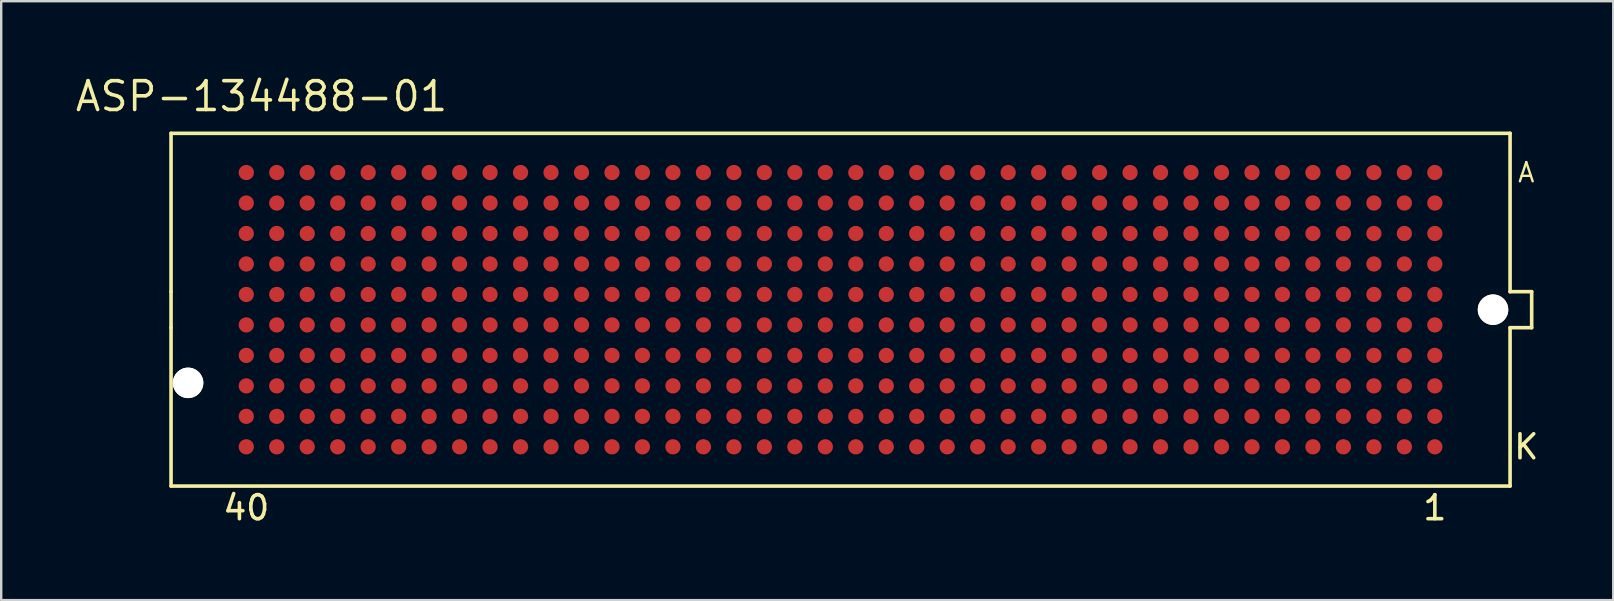
<source format=kicad_pcb>
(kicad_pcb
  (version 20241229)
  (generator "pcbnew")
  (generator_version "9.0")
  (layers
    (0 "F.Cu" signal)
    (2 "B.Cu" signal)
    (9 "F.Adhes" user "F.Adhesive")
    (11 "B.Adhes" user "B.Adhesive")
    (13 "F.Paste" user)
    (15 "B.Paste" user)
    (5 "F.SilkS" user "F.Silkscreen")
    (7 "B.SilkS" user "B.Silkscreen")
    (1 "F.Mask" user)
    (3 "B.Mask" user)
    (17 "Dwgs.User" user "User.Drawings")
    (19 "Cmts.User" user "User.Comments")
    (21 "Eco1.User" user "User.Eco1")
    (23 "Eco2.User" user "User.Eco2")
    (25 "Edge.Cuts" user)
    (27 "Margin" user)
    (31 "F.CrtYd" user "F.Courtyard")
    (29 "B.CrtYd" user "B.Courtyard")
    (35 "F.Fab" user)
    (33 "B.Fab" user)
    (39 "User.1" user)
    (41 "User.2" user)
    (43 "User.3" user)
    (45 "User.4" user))
  (footprint "ASP-134488-01"
    (layer "F.Cu")
    (at 31.978 9.855)
    (property "Reference" "ASP-134488-01" (at -24.13 -8.89 0) (layer "F.SilkS") (effects (font (size 1.2 1.2) (thickness 0.15))))
    (attr through_hole)
    (fp_line (start -27.9 -7.35) (end -27.9 -0.75) (stroke (width 0.15) (type solid)) (layer "F.SilkS"))
    (fp_line (start -27.9 -0.75) (end -27.9 0.75) (stroke (width 0.15) (type solid)) (layer "F.SilkS"))
    (fp_line (start -27.9 0.75) (end -27.9 7.35) (stroke (width 0.15) (type solid)) (layer "F.SilkS"))
    (fp_line (start -27.9 7.35) (end 27.9 7.35) (stroke (width 0.15) (type solid)) (layer "F.SilkS"))
    (fp_line (start 27.9 -7.35) (end -27.9 -7.35) (stroke (width 0.15) (type solid)) (layer "F.SilkS"))
    (fp_line (start 27.9 -0.75) (end 27.9 -7.35) (stroke (width 0.15) (type solid)) (layer "F.SilkS"))
    (fp_line (start 27.9 0.75) (end 28.8 0.75) (stroke (width 0.15) (type solid)) (layer "F.SilkS"))
    (fp_line (start 27.9 7.35) (end 27.9 0.75) (stroke (width 0.15) (type solid)) (layer "F.SilkS"))
    (fp_line (start 28.8 -0.75) (end 27.9 -0.75) (stroke (width 0.15) (type solid)) (layer "F.SilkS"))
    (fp_line (start 28.8 0.75) (end 28.8 -0.75) (stroke (width 0.15) (type solid)) (layer "F.SilkS"))
    (fp_text user "40" (at -24.765 8.255 0) (layer "F.SilkS") (effects (font (size 1 1) (thickness 0.15))))
    (fp_text user "K" (at 28.575 5.715 0) (layer "F.SilkS") (effects (font (size 1 1) (thickness 0.15))))
    (fp_text user "1" (at 24.765 8.255 0) (layer "F.SilkS") (effects (font (size 1 1) (thickness 0.15))))
    (fp_text user "A" (at 28.575 -5.715 0) (layer "F.SilkS") (effects (font (size 0.8 0.8) (thickness 0.1))))
    (pad "" np_thru_hole circle (at -27.19 3.05) (size 1.27 1.27) (drill 1.27) (layers "*.Cu" "*.Mask" "F.SilkS"))
    (pad "" np_thru_hole circle (at 27.19 0) (size 1.27 1.27) (drill 1.27) (layers "*.Cu" "*.Mask" "F.SilkS"))
    (pad "A1" smd circle (at 24.765 -5.715 180) (size 0.635 0.635) (layers "F.Cu" "F.Mask" "F.Paste"))
    (pad "A2" smd circle (at 23.495 -5.715 180) (size 0.635 0.635) (layers "F.Cu" "F.Mask" "F.Paste"))
    (pad "A3" smd circle (at 22.225 -5.715 180) (size 0.635 0.635) (layers "F.Cu" "F.Mask" "F.Paste"))
    (pad "A4" smd circle (at 20.955 -5.715 180) (size 0.635 0.635) (layers "F.Cu" "F.Mask" "F.Paste"))
    (pad "A5" smd circle (at 19.685 -5.715 180) (size 0.635 0.635) (layers "F.Cu" "F.Mask" "F.Paste"))
    (pad "A6" smd circle (at 18.415 -5.715 180) (size 0.635 0.635) (layers "F.Cu" "F.Mask" "F.Paste"))
    (pad "A7" smd circle (at 17.145 -5.715 180) (size 0.635 0.635) (layers "F.Cu" "F.Mask" "F.Paste"))
    (pad "A8" smd circle (at 15.875 -5.715 180) (size 0.635 0.635) (layers "F.Cu" "F.Mask" "F.Paste"))
    (pad "A9" smd circle (at 14.605 -5.715 180) (size 0.635 0.635) (layers "F.Cu" "F.Mask" "F.Paste"))
    (pad "A10" smd circle (at 13.335 -5.715 180) (size 0.635 0.635) (layers "F.Cu" "F.Mask" "F.Paste"))
    (pad "A11" smd circle (at 12.065 -5.715 180) (size 0.635 0.635) (layers "F.Cu" "F.Mask" "F.Paste"))
    (pad "A12" smd circle (at 10.795 -5.715 180) (size 0.635 0.635) (layers "F.Cu" "F.Mask" "F.Paste"))
    (pad "A13" smd circle (at 9.525 -5.715 180) (size 0.635 0.635) (layers "F.Cu" "F.Mask" "F.Paste"))
    (pad "A14" smd circle (at 8.255 -5.715 180) (size 0.635 0.635) (layers "F.Cu" "F.Mask" "F.Paste"))
    (pad "A15" smd circle (at 6.985 -5.715 180) (size 0.635 0.635) (layers "F.Cu" "F.Mask" "F.Paste"))
    (pad "A16" smd circle (at 5.715 -5.715 180) (size 0.635 0.635) (layers "F.Cu" "F.Mask" "F.Paste"))
    (pad "A17" smd circle (at 4.445 -5.715 180) (size 0.635 0.635) (layers "F.Cu" "F.Mask" "F.Paste"))
    (pad "A18" smd circle (at 3.175 -5.715 180) (size 0.635 0.635) (layers "F.Cu" "F.Mask" "F.Paste"))
    (pad "A19" smd circle (at 1.905 -5.715 180) (size 0.635 0.635) (layers "F.Cu" "F.Mask" "F.Paste"))
    (pad "A20" smd circle (at 0.635 -5.715 180) (size 0.635 0.635) (layers "F.Cu" "F.Mask" "F.Paste"))
    (pad "A21" smd circle (at -0.635 -5.715 180) (size 0.635 0.635) (layers "F.Cu" "F.Mask" "F.Paste"))
    (pad "A22" smd circle (at -1.905 -5.715 180) (size 0.635 0.635) (layers "F.Cu" "F.Mask" "F.Paste"))
    (pad "A23" smd circle (at -3.175 -5.715 180) (size 0.635 0.635) (layers "F.Cu" "F.Mask" "F.Paste"))
    (pad "A24" smd circle (at -4.445 -5.715 180) (size 0.635 0.635) (layers "F.Cu" "F.Mask" "F.Paste"))
    (pad "A25" smd circle (at -5.715 -5.715 180) (size 0.635 0.635) (layers "F.Cu" "F.Mask" "F.Paste"))
    (pad "A26" smd circle (at -6.985 -5.715 180) (size 0.635 0.635) (layers "F.Cu" "F.Mask" "F.Paste"))
    (pad "A27" smd circle (at -8.255 -5.715 180) (size 0.635 0.635) (layers "F.Cu" "F.Mask" "F.Paste"))
    (pad "A28" smd circle (at -9.525 -5.715 180) (size 0.635 0.635) (layers "F.Cu" "F.Mask" "F.Paste"))
    (pad "A29" smd circle (at -10.795 -5.715 180) (size 0.635 0.635) (layers "F.Cu" "F.Mask" "F.Paste"))
    (pad "A30" smd circle (at -12.065 -5.715 180) (size 0.635 0.635) (layers "F.Cu" "F.Mask" "F.Paste"))
    (pad "A31" smd circle (at -13.335 -5.715 180) (size 0.635 0.635) (layers "F.Cu" "F.Mask" "F.Paste"))
    (pad "A32" smd circle (at -14.605 -5.715 180) (size 0.635 0.635) (layers "F.Cu" "F.Mask" "F.Paste"))
    (pad "A33" smd circle (at -15.875 -5.715 180) (size 0.635 0.635) (layers "F.Cu" "F.Mask" "F.Paste"))
    (pad "A34" smd circle (at -17.145 -5.715 180) (size 0.635 0.635) (layers "F.Cu" "F.Mask" "F.Paste"))
    (pad "A35" smd circle (at -18.415 -5.715 180) (size 0.635 0.635) (layers "F.Cu" "F.Mask" "F.Paste"))
    (pad "A36" smd circle (at -19.685 -5.715 180) (size 0.635 0.635) (layers "F.Cu" "F.Mask" "F.Paste"))
    (pad "A37" smd circle (at -20.955 -5.715 180) (size 0.635 0.635) (layers "F.Cu" "F.Mask" "F.Paste"))
    (pad "A38" smd circle (at -22.225 -5.715 180) (size 0.635 0.635) (layers "F.Cu" "F.Mask" "F.Paste"))
    (pad "A39" smd circle (at -23.495 -5.715 180) (size 0.635 0.635) (layers "F.Cu" "F.Mask" "F.Paste"))
    (pad "A40" smd circle (at -24.765 -5.715 180) (size 0.635 0.635) (layers "F.Cu" "F.Mask" "F.Paste"))
    (pad "B1" smd circle (at 24.765 -4.445 180) (size 0.635 0.635) (layers "F.Cu" "F.Mask" "F.Paste"))
    (pad "B2" smd circle (at 23.495 -4.445 180) (size 0.635 0.635) (layers "F.Cu" "F.Mask" "F.Paste"))
    (pad "B3" smd circle (at 22.225 -4.445 180) (size 0.635 0.635) (layers "F.Cu" "F.Mask" "F.Paste"))
    (pad "B4" smd circle (at 20.955 -4.445 180) (size 0.635 0.635) (layers "F.Cu" "F.Mask" "F.Paste"))
    (pad "B5" smd circle (at 19.685 -4.445 180) (size 0.635 0.635) (layers "F.Cu" "F.Mask" "F.Paste"))
    (pad "B6" smd circle (at 18.415 -4.445 180) (size 0.635 0.635) (layers "F.Cu" "F.Mask" "F.Paste"))
    (pad "B7" smd circle (at 17.145 -4.445 180) (size 0.635 0.635) (layers "F.Cu" "F.Mask" "F.Paste"))
    (pad "B8" smd circle (at 15.875 -4.445 180) (size 0.635 0.635) (layers "F.Cu" "F.Mask" "F.Paste"))
    (pad "B9" smd circle (at 14.605 -4.445 180) (size 0.635 0.635) (layers "F.Cu" "F.Mask" "F.Paste"))
    (pad "B10" smd circle (at 13.335 -4.445 180) (size 0.635 0.635) (layers "F.Cu" "F.Mask" "F.Paste"))
    (pad "B11" smd circle (at 12.065 -4.445 180) (size 0.635 0.635) (layers "F.Cu" "F.Mask" "F.Paste"))
    (pad "B12" smd circle (at 10.795 -4.445 180) (size 0.635 0.635) (layers "F.Cu" "F.Mask" "F.Paste"))
    (pad "B13" smd circle (at 9.525 -4.445 180) (size 0.635 0.635) (layers "F.Cu" "F.Mask" "F.Paste"))
    (pad "B14" smd circle (at 8.255 -4.445 180) (size 0.635 0.635) (layers "F.Cu" "F.Mask" "F.Paste"))
    (pad "B15" smd circle (at 6.985 -4.445 180) (size 0.635 0.635) (layers "F.Cu" "F.Mask" "F.Paste"))
    (pad "B16" smd circle (at 5.715 -4.445 180) (size 0.635 0.635) (layers "F.Cu" "F.Mask" "F.Paste"))
    (pad "B17" smd circle (at 4.445 -4.445 180) (size 0.635 0.635) (layers "F.Cu" "F.Mask" "F.Paste"))
    (pad "B18" smd circle (at 3.175 -4.445 180) (size 0.635 0.635) (layers "F.Cu" "F.Mask" "F.Paste"))
    (pad "B19" smd circle (at 1.905 -4.445 180) (size 0.635 0.635) (layers "F.Cu" "F.Mask" "F.Paste"))
    (pad "B20" smd circle (at 0.635 -4.445 180) (size 0.635 0.635) (layers "F.Cu" "F.Mask" "F.Paste"))
    (pad "B21" smd circle (at -0.635 -4.445 180) (size 0.635 0.635) (layers "F.Cu" "F.Mask" "F.Paste"))
    (pad "B22" smd circle (at -1.905 -4.445 180) (size 0.635 0.635) (layers "F.Cu" "F.Mask" "F.Paste"))
    (pad "B23" smd circle (at -3.175 -4.445 180) (size 0.635 0.635) (layers "F.Cu" "F.Mask" "F.Paste"))
    (pad "B24" smd circle (at -4.445 -4.445 180) (size 0.635 0.635) (layers "F.Cu" "F.Mask" "F.Paste"))
    (pad "B25" smd circle (at -5.715 -4.445 180) (size 0.635 0.635) (layers "F.Cu" "F.Mask" "F.Paste"))
    (pad "B26" smd circle (at -6.985 -4.445 180) (size 0.635 0.635) (layers "F.Cu" "F.Mask" "F.Paste"))
    (pad "B27" smd circle (at -8.255 -4.445 180) (size 0.635 0.635) (layers "F.Cu" "F.Mask" "F.Paste"))
    (pad "B28" smd circle (at -9.525 -4.445 180) (size 0.635 0.635) (layers "F.Cu" "F.Mask" "F.Paste"))
    (pad "B29" smd circle (at -10.795 -4.445 180) (size 0.635 0.635) (layers "F.Cu" "F.Mask" "F.Paste"))
    (pad "B30" smd circle (at -12.065 -4.445 180) (size 0.635 0.635) (layers "F.Cu" "F.Mask" "F.Paste"))
    (pad "B31" smd circle (at -13.335 -4.445 180) (size 0.635 0.635) (layers "F.Cu" "F.Mask" "F.Paste"))
    (pad "B32" smd circle (at -14.605 -4.445 180) (size 0.635 0.635) (layers "F.Cu" "F.Mask" "F.Paste"))
    (pad "B33" smd circle (at -15.875 -4.445 180) (size 0.635 0.635) (layers "F.Cu" "F.Mask" "F.Paste"))
    (pad "B34" smd circle (at -17.145 -4.445 180) (size 0.635 0.635) (layers "F.Cu" "F.Mask" "F.Paste"))
    (pad "B35" smd circle (at -18.415 -4.445 180) (size 0.635 0.635) (layers "F.Cu" "F.Mask" "F.Paste"))
    (pad "B36" smd circle (at -19.685 -4.445 180) (size 0.635 0.635) (layers "F.Cu" "F.Mask" "F.Paste"))
    (pad "B37" smd circle (at -20.955 -4.445 180) (size 0.635 0.635) (layers "F.Cu" "F.Mask" "F.Paste"))
    (pad "B38" smd circle (at -22.225 -4.445 180) (size 0.635 0.635) (layers "F.Cu" "F.Mask" "F.Paste"))
    (pad "B39" smd circle (at -23.495 -4.445 180) (size 0.635 0.635) (layers "F.Cu" "F.Mask" "F.Paste"))
    (pad "B40" smd circle (at -24.765 -4.445 180) (size 0.635 0.635) (layers "F.Cu" "F.Mask" "F.Paste"))
    (pad "C1" smd circle (at 24.765 -3.175 180) (size 0.635 0.635) (layers "F.Cu" "F.Mask" "F.Paste"))
    (pad "C2" smd circle (at 23.495 -3.175 180) (size 0.635 0.635) (layers "F.Cu" "F.Mask" "F.Paste"))
    (pad "C3" smd circle (at 22.225 -3.175 180) (size 0.635 0.635) (layers "F.Cu" "F.Mask" "F.Paste"))
    (pad "C4" smd circle (at 20.955 -3.175 180) (size 0.635 0.635) (layers "F.Cu" "F.Mask" "F.Paste"))
    (pad "C5" smd circle (at 19.685 -3.175 180) (size 0.635 0.635) (layers "F.Cu" "F.Mask" "F.Paste"))
    (pad "C6" smd circle (at 18.415 -3.175 180) (size 0.635 0.635) (layers "F.Cu" "F.Mask" "F.Paste"))
    (pad "C7" smd circle (at 17.145 -3.175 180) (size 0.635 0.635) (layers "F.Cu" "F.Mask" "F.Paste"))
    (pad "C8" smd circle (at 15.875 -3.175 180) (size 0.635 0.635) (layers "F.Cu" "F.Mask" "F.Paste"))
    (pad "C9" smd circle (at 14.605 -3.175 180) (size 0.635 0.635) (layers "F.Cu" "F.Mask" "F.Paste"))
    (pad "C10" smd circle (at 13.335 -3.175 180) (size 0.635 0.635) (layers "F.Cu" "F.Mask" "F.Paste"))
    (pad "C11" smd circle (at 12.065 -3.175 180) (size 0.635 0.635) (layers "F.Cu" "F.Mask" "F.Paste"))
    (pad "C12" smd circle (at 10.795 -3.175 180) (size 0.635 0.635) (layers "F.Cu" "F.Mask" "F.Paste"))
    (pad "C13" smd circle (at 9.525 -3.175 180) (size 0.635 0.635) (layers "F.Cu" "F.Mask" "F.Paste"))
    (pad "C14" smd circle (at 8.255 -3.175 180) (size 0.635 0.635) (layers "F.Cu" "F.Mask" "F.Paste"))
    (pad "C15" smd circle (at 6.985 -3.175 180) (size 0.635 0.635) (layers "F.Cu" "F.Mask" "F.Paste"))
    (pad "C16" smd circle (at 5.715 -3.175 180) (size 0.635 0.635) (layers "F.Cu" "F.Mask" "F.Paste"))
    (pad "C17" smd circle (at 4.445 -3.175 180) (size 0.635 0.635) (layers "F.Cu" "F.Mask" "F.Paste"))
    (pad "C18" smd circle (at 3.175 -3.175 180) (size 0.635 0.635) (layers "F.Cu" "F.Mask" "F.Paste"))
    (pad "C19" smd circle (at 1.905 -3.175 180) (size 0.635 0.635) (layers "F.Cu" "F.Mask" "F.Paste"))
    (pad "C20" smd circle (at 0.635 -3.175 180) (size 0.635 0.635) (layers "F.Cu" "F.Mask" "F.Paste"))
    (pad "C21" smd circle (at -0.635 -3.175 180) (size 0.635 0.635) (layers "F.Cu" "F.Mask" "F.Paste"))
    (pad "C22" smd circle (at -1.905 -3.175 180) (size 0.635 0.635) (layers "F.Cu" "F.Mask" "F.Paste"))
    (pad "C23" smd circle (at -3.175 -3.175 180) (size 0.635 0.635) (layers "F.Cu" "F.Mask" "F.Paste"))
    (pad "C24" smd circle (at -4.445 -3.175 180) (size 0.635 0.635) (layers "F.Cu" "F.Mask" "F.Paste"))
    (pad "C25" smd circle (at -5.715 -3.175 180) (size 0.635 0.635) (layers "F.Cu" "F.Mask" "F.Paste"))
    (pad "C26" smd circle (at -6.985 -3.175 180) (size 0.635 0.635) (layers "F.Cu" "F.Mask" "F.Paste"))
    (pad "C27" smd circle (at -8.255 -3.175 180) (size 0.635 0.635) (layers "F.Cu" "F.Mask" "F.Paste"))
    (pad "C28" smd circle (at -9.525 -3.175 180) (size 0.635 0.635) (layers "F.Cu" "F.Mask" "F.Paste"))
    (pad "C29" smd circle (at -10.795 -3.175 180) (size 0.635 0.635) (layers "F.Cu" "F.Mask" "F.Paste"))
    (pad "C30" smd circle (at -12.065 -3.175 180) (size 0.635 0.635) (layers "F.Cu" "F.Mask" "F.Paste"))
    (pad "C31" smd circle (at -13.335 -3.175 180) (size 0.635 0.635) (layers "F.Cu" "F.Mask" "F.Paste"))
    (pad "C32" smd circle (at -14.605 -3.175 180) (size 0.635 0.635) (layers "F.Cu" "F.Mask" "F.Paste"))
    (pad "C33" smd circle (at -15.875 -3.175 180) (size 0.635 0.635) (layers "F.Cu" "F.Mask" "F.Paste"))
    (pad "C34" smd circle (at -17.145 -3.175 180) (size 0.635 0.635) (layers "F.Cu" "F.Mask" "F.Paste"))
    (pad "C35" smd circle (at -18.415 -3.175 180) (size 0.635 0.635) (layers "F.Cu" "F.Mask" "F.Paste"))
    (pad "C36" smd circle (at -19.685 -3.175 180) (size 0.635 0.635) (layers "F.Cu" "F.Mask" "F.Paste"))
    (pad "C37" smd circle (at -20.955 -3.175 180) (size 0.635 0.635) (layers "F.Cu" "F.Mask" "F.Paste"))
    (pad "C38" smd circle (at -22.225 -3.175 180) (size 0.635 0.635) (layers "F.Cu" "F.Mask" "F.Paste"))
    (pad "C39" smd circle (at -23.495 -3.175 180) (size 0.635 0.635) (layers "F.Cu" "F.Mask" "F.Paste"))
    (pad "C40" smd circle (at -24.765 -3.175 180) (size 0.635 0.635) (layers "F.Cu" "F.Mask" "F.Paste"))
    (pad "D1" smd circle (at 24.765 -1.905 180) (size 0.635 0.635) (layers "F.Cu" "F.Mask" "F.Paste"))
    (pad "D2" smd circle (at 23.495 -1.905 180) (size 0.635 0.635) (layers "F.Cu" "F.Mask" "F.Paste"))
    (pad "D3" smd circle (at 22.225 -1.905 180) (size 0.635 0.635) (layers "F.Cu" "F.Mask" "F.Paste"))
    (pad "D4" smd circle (at 20.955 -1.905 180) (size 0.635 0.635) (layers "F.Cu" "F.Mask" "F.Paste"))
    (pad "D5" smd circle (at 19.685 -1.905 180) (size 0.635 0.635) (layers "F.Cu" "F.Mask" "F.Paste"))
    (pad "D6" smd circle (at 18.415 -1.905 180) (size 0.635 0.635) (layers "F.Cu" "F.Mask" "F.Paste"))
    (pad "D7" smd circle (at 17.145 -1.905 180) (size 0.635 0.635) (layers "F.Cu" "F.Mask" "F.Paste"))
    (pad "D8" smd circle (at 15.875 -1.905 180) (size 0.635 0.635) (layers "F.Cu" "F.Mask" "F.Paste"))
    (pad "D9" smd circle (at 14.605 -1.905 180) (size 0.635 0.635) (layers "F.Cu" "F.Mask" "F.Paste"))
    (pad "D10" smd circle (at 13.335 -1.905 180) (size 0.635 0.635) (layers "F.Cu" "F.Mask" "F.Paste"))
    (pad "D11" smd circle (at 12.065 -1.905 180) (size 0.635 0.635) (layers "F.Cu" "F.Mask" "F.Paste"))
    (pad "D12" smd circle (at 10.795 -1.905 180) (size 0.635 0.635) (layers "F.Cu" "F.Mask" "F.Paste"))
    (pad "D13" smd circle (at 9.525 -1.905 180) (size 0.635 0.635) (layers "F.Cu" "F.Mask" "F.Paste"))
    (pad "D14" smd circle (at 8.255 -1.905 180) (size 0.635 0.635) (layers "F.Cu" "F.Mask" "F.Paste"))
    (pad "D15" smd circle (at 6.985 -1.905 180) (size 0.635 0.635) (layers "F.Cu" "F.Mask" "F.Paste"))
    (pad "D16" smd circle (at 5.715 -1.905 180) (size 0.635 0.635) (layers "F.Cu" "F.Mask" "F.Paste"))
    (pad "D17" smd circle (at 4.445 -1.905 180) (size 0.635 0.635) (layers "F.Cu" "F.Mask" "F.Paste"))
    (pad "D18" smd circle (at 3.175 -1.905 180) (size 0.635 0.635) (layers "F.Cu" "F.Mask" "F.Paste"))
    (pad "D19" smd circle (at 1.905 -1.905 180) (size 0.635 0.635) (layers "F.Cu" "F.Mask" "F.Paste"))
    (pad "D20" smd circle (at 0.635 -1.905 180) (size 0.635 0.635) (layers "F.Cu" "F.Mask" "F.Paste"))
    (pad "D21" smd circle (at -0.635 -1.905 180) (size 0.635 0.635) (layers "F.Cu" "F.Mask" "F.Paste"))
    (pad "D22" smd circle (at -1.905 -1.905 180) (size 0.635 0.635) (layers "F.Cu" "F.Mask" "F.Paste"))
    (pad "D23" smd circle (at -3.175 -1.905 180) (size 0.635 0.635) (layers "F.Cu" "F.Mask" "F.Paste"))
    (pad "D24" smd circle (at -4.445 -1.905 180) (size 0.635 0.635) (layers "F.Cu" "F.Mask" "F.Paste"))
    (pad "D25" smd circle (at -5.715 -1.905 180) (size 0.635 0.635) (layers "F.Cu" "F.Mask" "F.Paste"))
    (pad "D26" smd circle (at -6.985 -1.905 180) (size 0.635 0.635) (layers "F.Cu" "F.Mask" "F.Paste"))
    (pad "D27" smd circle (at -8.255 -1.905 180) (size 0.635 0.635) (layers "F.Cu" "F.Mask" "F.Paste"))
    (pad "D28" smd circle (at -9.525 -1.905 180) (size 0.635 0.635) (layers "F.Cu" "F.Mask" "F.Paste"))
    (pad "D29" smd circle (at -10.795 -1.905 180) (size 0.635 0.635) (layers "F.Cu" "F.Mask" "F.Paste"))
    (pad "D30" smd circle (at -12.065 -1.905 180) (size 0.635 0.635) (layers "F.Cu" "F.Mask" "F.Paste"))
    (pad "D31" smd circle (at -13.335 -1.905 180) (size 0.635 0.635) (layers "F.Cu" "F.Mask" "F.Paste"))
    (pad "D32" smd circle (at -14.605 -1.905 180) (size 0.635 0.635) (layers "F.Cu" "F.Mask" "F.Paste"))
    (pad "D33" smd circle (at -15.875 -1.905 180) (size 0.635 0.635) (layers "F.Cu" "F.Mask" "F.Paste"))
    (pad "D34" smd circle (at -17.145 -1.905 180) (size 0.635 0.635) (layers "F.Cu" "F.Mask" "F.Paste"))
    (pad "D35" smd circle (at -18.415 -1.905 180) (size 0.635 0.635) (layers "F.Cu" "F.Mask" "F.Paste"))
    (pad "D36" smd circle (at -19.685 -1.905 180) (size 0.635 0.635) (layers "F.Cu" "F.Mask" "F.Paste"))
    (pad "D37" smd circle (at -20.955 -1.905 180) (size 0.635 0.635) (layers "F.Cu" "F.Mask" "F.Paste"))
    (pad "D38" smd circle (at -22.225 -1.905 180) (size 0.635 0.635) (layers "F.Cu" "F.Mask" "F.Paste"))
    (pad "D39" smd circle (at -23.495 -1.905 180) (size 0.635 0.635) (layers "F.Cu" "F.Mask" "F.Paste"))
    (pad "D40" smd circle (at -24.765 -1.905 180) (size 0.635 0.635) (layers "F.Cu" "F.Mask" "F.Paste"))
    (pad "E1" smd circle (at 24.765 -0.635 180) (size 0.635 0.635) (layers "F.Cu" "F.Mask" "F.Paste"))
    (pad "E2" smd circle (at 23.495 -0.635 180) (size 0.635 0.635) (layers "F.Cu" "F.Mask" "F.Paste"))
    (pad "E3" smd circle (at 22.225 -0.635 180) (size 0.635 0.635) (layers "F.Cu" "F.Mask" "F.Paste"))
    (pad "E4" smd circle (at 20.955 -0.635 180) (size 0.635 0.635) (layers "F.Cu" "F.Mask" "F.Paste"))
    (pad "E5" smd circle (at 19.685 -0.635 180) (size 0.635 0.635) (layers "F.Cu" "F.Mask" "F.Paste"))
    (pad "E6" smd circle (at 18.415 -0.635 180) (size 0.635 0.635) (layers "F.Cu" "F.Mask" "F.Paste"))
    (pad "E7" smd circle (at 17.145 -0.635 180) (size 0.635 0.635) (layers "F.Cu" "F.Mask" "F.Paste"))
    (pad "E8" smd circle (at 15.875 -0.635 180) (size 0.635 0.635) (layers "F.Cu" "F.Mask" "F.Paste"))
    (pad "E9" smd circle (at 14.605 -0.635 180) (size 0.635 0.635) (layers "F.Cu" "F.Mask" "F.Paste"))
    (pad "E10" smd circle (at 13.335 -0.635 180) (size 0.635 0.635) (layers "F.Cu" "F.Mask" "F.Paste"))
    (pad "E11" smd circle (at 12.065 -0.635 180) (size 0.635 0.635) (layers "F.Cu" "F.Mask" "F.Paste"))
    (pad "E12" smd circle (at 10.795 -0.635 180) (size 0.635 0.635) (layers "F.Cu" "F.Mask" "F.Paste"))
    (pad "E13" smd circle (at 9.525 -0.635 180) (size 0.635 0.635) (layers "F.Cu" "F.Mask" "F.Paste"))
    (pad "E14" smd circle (at 8.255 -0.635 180) (size 0.635 0.635) (layers "F.Cu" "F.Mask" "F.Paste"))
    (pad "E15" smd circle (at 6.985 -0.635 180) (size 0.635 0.635) (layers "F.Cu" "F.Mask" "F.Paste"))
    (pad "E16" smd circle (at 5.715 -0.635 180) (size 0.635 0.635) (layers "F.Cu" "F.Mask" "F.Paste"))
    (pad "E17" smd circle (at 4.445 -0.635 180) (size 0.635 0.635) (layers "F.Cu" "F.Mask" "F.Paste"))
    (pad "E18" smd circle (at 3.175 -0.635 180) (size 0.635 0.635) (layers "F.Cu" "F.Mask" "F.Paste"))
    (pad "E19" smd circle (at 1.905 -0.635 180) (size 0.635 0.635) (layers "F.Cu" "F.Mask" "F.Paste"))
    (pad "E20" smd circle (at 0.635 -0.635 180) (size 0.635 0.635) (layers "F.Cu" "F.Mask" "F.Paste"))
    (pad "E21" smd circle (at -0.635 -0.635 180) (size 0.635 0.635) (layers "F.Cu" "F.Mask" "F.Paste"))
    (pad "E22" smd circle (at -1.905 -0.635 180) (size 0.635 0.635) (layers "F.Cu" "F.Mask" "F.Paste"))
    (pad "E23" smd circle (at -3.175 -0.635 180) (size 0.635 0.635) (layers "F.Cu" "F.Mask" "F.Paste"))
    (pad "E24" smd circle (at -4.445 -0.635 180) (size 0.635 0.635) (layers "F.Cu" "F.Mask" "F.Paste"))
    (pad "E25" smd circle (at -5.715 -0.635 180) (size 0.635 0.635) (layers "F.Cu" "F.Mask" "F.Paste"))
    (pad "E26" smd circle (at -6.985 -0.635 180) (size 0.635 0.635) (layers "F.Cu" "F.Mask" "F.Paste"))
    (pad "E27" smd circle (at -8.255 -0.635 180) (size 0.635 0.635) (layers "F.Cu" "F.Mask" "F.Paste"))
    (pad "E28" smd circle (at -9.525 -0.635 180) (size 0.635 0.635) (layers "F.Cu" "F.Mask" "F.Paste"))
    (pad "E29" smd circle (at -10.795 -0.635 180) (size 0.635 0.635) (layers "F.Cu" "F.Mask" "F.Paste"))
    (pad "E30" smd circle (at -12.065 -0.635 180) (size 0.635 0.635) (layers "F.Cu" "F.Mask" "F.Paste"))
    (pad "E31" smd circle (at -13.335 -0.635 180) (size 0.635 0.635) (layers "F.Cu" "F.Mask" "F.Paste"))
    (pad "E32" smd circle (at -14.605 -0.635 180) (size 0.635 0.635) (layers "F.Cu" "F.Mask" "F.Paste"))
    (pad "E33" smd circle (at -15.875 -0.635 180) (size 0.635 0.635) (layers "F.Cu" "F.Mask" "F.Paste"))
    (pad "E34" smd circle (at -17.145 -0.635 180) (size 0.635 0.635) (layers "F.Cu" "F.Mask" "F.Paste"))
    (pad "E35" smd circle (at -18.415 -0.635 180) (size 0.635 0.635) (layers "F.Cu" "F.Mask" "F.Paste"))
    (pad "E36" smd circle (at -19.685 -0.635 180) (size 0.635 0.635) (layers "F.Cu" "F.Mask" "F.Paste"))
    (pad "E37" smd circle (at -20.955 -0.635 180) (size 0.635 0.635) (layers "F.Cu" "F.Mask" "F.Paste"))
    (pad "E38" smd circle (at -22.225 -0.635 180) (size 0.635 0.635) (layers "F.Cu" "F.Mask" "F.Paste"))
    (pad "E39" smd circle (at -23.495 -0.635 180) (size 0.635 0.635) (layers "F.Cu" "F.Mask" "F.Paste"))
    (pad "E40" smd circle (at -24.765 -0.635 180) (size 0.635 0.635) (layers "F.Cu" "F.Mask" "F.Paste"))
    (pad "F1" smd circle (at 24.765 0.635 180) (size 0.635 0.635) (layers "F.Cu" "F.Mask" "F.Paste"))
    (pad "F2" smd circle (at 23.495 0.635 180) (size 0.635 0.635) (layers "F.Cu" "F.Mask" "F.Paste"))
    (pad "F3" smd circle (at 22.225 0.635 180) (size 0.635 0.635) (layers "F.Cu" "F.Mask" "F.Paste"))
    (pad "F4" smd circle (at 20.955 0.635 180) (size 0.635 0.635) (layers "F.Cu" "F.Mask" "F.Paste"))
    (pad "F5" smd circle (at 19.685 0.635 180) (size 0.635 0.635) (layers "F.Cu" "F.Mask" "F.Paste"))
    (pad "F6" smd circle (at 18.415 0.635 180) (size 0.635 0.635) (layers "F.Cu" "F.Mask" "F.Paste"))
    (pad "F7" smd circle (at 17.145 0.635 180) (size 0.635 0.635) (layers "F.Cu" "F.Mask" "F.Paste"))
    (pad "F8" smd circle (at 15.875 0.635 180) (size 0.635 0.635) (layers "F.Cu" "F.Mask" "F.Paste"))
    (pad "F9" smd circle (at 14.605 0.635 180) (size 0.635 0.635) (layers "F.Cu" "F.Mask" "F.Paste"))
    (pad "F10" smd circle (at 13.335 0.635 180) (size 0.635 0.635) (layers "F.Cu" "F.Mask" "F.Paste"))
    (pad "F11" smd circle (at 12.065 0.635 180) (size 0.635 0.635) (layers "F.Cu" "F.Mask" "F.Paste"))
    (pad "F12" smd circle (at 10.795 0.635 180) (size 0.635 0.635) (layers "F.Cu" "F.Mask" "F.Paste"))
    (pad "F13" smd circle (at 9.525 0.635 180) (size 0.635 0.635) (layers "F.Cu" "F.Mask" "F.Paste"))
    (pad "F14" smd circle (at 8.255 0.635 180) (size 0.635 0.635) (layers "F.Cu" "F.Mask" "F.Paste"))
    (pad "F15" smd circle (at 6.985 0.635 180) (size 0.635 0.635) (layers "F.Cu" "F.Mask" "F.Paste"))
    (pad "F16" smd circle (at 5.715 0.635 180) (size 0.635 0.635) (layers "F.Cu" "F.Mask" "F.Paste"))
    (pad "F17" smd circle (at 4.445 0.635 180) (size 0.635 0.635) (layers "F.Cu" "F.Mask" "F.Paste"))
    (pad "F18" smd circle (at 3.175 0.635 180) (size 0.635 0.635) (layers "F.Cu" "F.Mask" "F.Paste"))
    (pad "F19" smd circle (at 1.905 0.635 180) (size 0.635 0.635) (layers "F.Cu" "F.Mask" "F.Paste"))
    (pad "F20" smd circle (at 0.635 0.635 180) (size 0.635 0.635) (layers "F.Cu" "F.Mask" "F.Paste"))
    (pad "F21" smd circle (at -0.635 0.635 180) (size 0.635 0.635) (layers "F.Cu" "F.Mask" "F.Paste"))
    (pad "F22" smd circle (at -1.905 0.635 180) (size 0.635 0.635) (layers "F.Cu" "F.Mask" "F.Paste"))
    (pad "F23" smd circle (at -3.175 0.635 180) (size 0.635 0.635) (layers "F.Cu" "F.Mask" "F.Paste"))
    (pad "F24" smd circle (at -4.445 0.635 180) (size 0.635 0.635) (layers "F.Cu" "F.Mask" "F.Paste"))
    (pad "F25" smd circle (at -5.715 0.635 180) (size 0.635 0.635) (layers "F.Cu" "F.Mask" "F.Paste"))
    (pad "F26" smd circle (at -6.985 0.635 180) (size 0.635 0.635) (layers "F.Cu" "F.Mask" "F.Paste"))
    (pad "F27" smd circle (at -8.255 0.635 180) (size 0.635 0.635) (layers "F.Cu" "F.Mask" "F.Paste"))
    (pad "F28" smd circle (at -9.525 0.635 180) (size 0.635 0.635) (layers "F.Cu" "F.Mask" "F.Paste"))
    (pad "F29" smd circle (at -10.795 0.635 180) (size 0.635 0.635) (layers "F.Cu" "F.Mask" "F.Paste"))
    (pad "F30" smd circle (at -12.065 0.635 180) (size 0.635 0.635) (layers "F.Cu" "F.Mask" "F.Paste"))
    (pad "F31" smd circle (at -13.335 0.635 180) (size 0.635 0.635) (layers "F.Cu" "F.Mask" "F.Paste"))
    (pad "F32" smd circle (at -14.605 0.635 180) (size 0.635 0.635) (layers "F.Cu" "F.Mask" "F.Paste"))
    (pad "F33" smd circle (at -15.875 0.635 180) (size 0.635 0.635) (layers "F.Cu" "F.Mask" "F.Paste"))
    (pad "F34" smd circle (at -17.145 0.635 180) (size 0.635 0.635) (layers "F.Cu" "F.Mask" "F.Paste"))
    (pad "F35" smd circle (at -18.415 0.635 180) (size 0.635 0.635) (layers "F.Cu" "F.Mask" "F.Paste"))
    (pad "F36" smd circle (at -19.685 0.635 180) (size 0.635 0.635) (layers "F.Cu" "F.Mask" "F.Paste"))
    (pad "F37" smd circle (at -20.955 0.635 180) (size 0.635 0.635) (layers "F.Cu" "F.Mask" "F.Paste"))
    (pad "F38" smd circle (at -22.225 0.635 180) (size 0.635 0.635) (layers "F.Cu" "F.Mask" "F.Paste"))
    (pad "F39" smd circle (at -23.495 0.635 180) (size 0.635 0.635) (layers "F.Cu" "F.Mask" "F.Paste"))
    (pad "F40" smd circle (at -24.765 0.635 180) (size 0.635 0.635) (layers "F.Cu" "F.Mask" "F.Paste"))
    (pad "G1" smd circle (at 24.765 1.905 180) (size 0.635 0.635) (layers "F.Cu" "F.Mask" "F.Paste"))
    (pad "G2" smd circle (at 23.495 1.905 180) (size 0.635 0.635) (layers "F.Cu" "F.Mask" "F.Paste"))
    (pad "G3" smd circle (at 22.225 1.905 180) (size 0.635 0.635) (layers "F.Cu" "F.Mask" "F.Paste"))
    (pad "G4" smd circle (at 20.955 1.905 180) (size 0.635 0.635) (layers "F.Cu" "F.Mask" "F.Paste"))
    (pad "G5" smd circle (at 19.685 1.905 180) (size 0.635 0.635) (layers "F.Cu" "F.Mask" "F.Paste"))
    (pad "G6" smd circle (at 18.415 1.905 180) (size 0.635 0.635) (layers "F.Cu" "F.Mask" "F.Paste"))
    (pad "G7" smd circle (at 17.145 1.905 180) (size 0.635 0.635) (layers "F.Cu" "F.Mask" "F.Paste"))
    (pad "G8" smd circle (at 15.875 1.905 180) (size 0.635 0.635) (layers "F.Cu" "F.Mask" "F.Paste"))
    (pad "G9" smd circle (at 14.605 1.905 180) (size 0.635 0.635) (layers "F.Cu" "F.Mask" "F.Paste"))
    (pad "G10" smd circle (at 13.335 1.905 180) (size 0.635 0.635) (layers "F.Cu" "F.Mask" "F.Paste"))
    (pad "G11" smd circle (at 12.065 1.905 180) (size 0.635 0.635) (layers "F.Cu" "F.Mask" "F.Paste"))
    (pad "G12" smd circle (at 10.795 1.905 180) (size 0.635 0.635) (layers "F.Cu" "F.Mask" "F.Paste"))
    (pad "G13" smd circle (at 9.525 1.905 180) (size 0.635 0.635) (layers "F.Cu" "F.Mask" "F.Paste"))
    (pad "G14" smd circle (at 8.255 1.905 180) (size 0.635 0.635) (layers "F.Cu" "F.Mask" "F.Paste"))
    (pad "G15" smd circle (at 6.985 1.905 180) (size 0.635 0.635) (layers "F.Cu" "F.Mask" "F.Paste"))
    (pad "G16" smd circle (at 5.715 1.905 180) (size 0.635 0.635) (layers "F.Cu" "F.Mask" "F.Paste"))
    (pad "G17" smd circle (at 4.445 1.905 180) (size 0.635 0.635) (layers "F.Cu" "F.Mask" "F.Paste"))
    (pad "G18" smd circle (at 3.175 1.905 180) (size 0.635 0.635) (layers "F.Cu" "F.Mask" "F.Paste"))
    (pad "G19" smd circle (at 1.905 1.905 180) (size 0.635 0.635) (layers "F.Cu" "F.Mask" "F.Paste"))
    (pad "G20" smd circle (at 0.635 1.905 180) (size 0.635 0.635) (layers "F.Cu" "F.Mask" "F.Paste"))
    (pad "G21" smd circle (at -0.635 1.905 180) (size 0.635 0.635) (layers "F.Cu" "F.Mask" "F.Paste"))
    (pad "G22" smd circle (at -1.905 1.905 180) (size 0.635 0.635) (layers "F.Cu" "F.Mask" "F.Paste"))
    (pad "G23" smd circle (at -3.175 1.905 180) (size 0.635 0.635) (layers "F.Cu" "F.Mask" "F.Paste"))
    (pad "G24" smd circle (at -4.445 1.905 180) (size 0.635 0.635) (layers "F.Cu" "F.Mask" "F.Paste"))
    (pad "G25" smd circle (at -5.715 1.905 180) (size 0.635 0.635) (layers "F.Cu" "F.Mask" "F.Paste"))
    (pad "G26" smd circle (at -6.985 1.905 180) (size 0.635 0.635) (layers "F.Cu" "F.Mask" "F.Paste"))
    (pad "G27" smd circle (at -8.255 1.905 180) (size 0.635 0.635) (layers "F.Cu" "F.Mask" "F.Paste"))
    (pad "G28" smd circle (at -9.525 1.905 180) (size 0.635 0.635) (layers "F.Cu" "F.Mask" "F.Paste"))
    (pad "G29" smd circle (at -10.795 1.905 180) (size 0.635 0.635) (layers "F.Cu" "F.Mask" "F.Paste"))
    (pad "G30" smd circle (at -12.065 1.905 180) (size 0.635 0.635) (layers "F.Cu" "F.Mask" "F.Paste"))
    (pad "G31" smd circle (at -13.335 1.905 180) (size 0.635 0.635) (layers "F.Cu" "F.Mask" "F.Paste"))
    (pad "G32" smd circle (at -14.605 1.905 180) (size 0.635 0.635) (layers "F.Cu" "F.Mask" "F.Paste"))
    (pad "G33" smd circle (at -15.875 1.905 180) (size 0.635 0.635) (layers "F.Cu" "F.Mask" "F.Paste"))
    (pad "G34" smd circle (at -17.145 1.905 180) (size 0.635 0.635) (layers "F.Cu" "F.Mask" "F.Paste"))
    (pad "G35" smd circle (at -18.415 1.905 180) (size 0.635 0.635) (layers "F.Cu" "F.Mask" "F.Paste"))
    (pad "G36" smd circle (at -19.685 1.905 180) (size 0.635 0.635) (layers "F.Cu" "F.Mask" "F.Paste"))
    (pad "G37" smd circle (at -20.955 1.905 180) (size 0.635 0.635) (layers "F.Cu" "F.Mask" "F.Paste"))
    (pad "G38" smd circle (at -22.225 1.905 180) (size 0.635 0.635) (layers "F.Cu" "F.Mask" "F.Paste"))
    (pad "G39" smd circle (at -23.495 1.905 180) (size 0.635 0.635) (layers "F.Cu" "F.Mask" "F.Paste"))
    (pad "G40" smd circle (at -24.765 1.905 180) (size 0.635 0.635) (layers "F.Cu" "F.Mask" "F.Paste"))
    (pad "H1" smd circle (at 24.765 3.175 180) (size 0.635 0.635) (layers "F.Cu" "F.Mask" "F.Paste"))
    (pad "H2" smd circle (at 23.495 3.175 180) (size 0.635 0.635) (layers "F.Cu" "F.Mask" "F.Paste"))
    (pad "H3" smd circle (at 22.225 3.175 180) (size 0.635 0.635) (layers "F.Cu" "F.Mask" "F.Paste"))
    (pad "H4" smd circle (at 20.955 3.175 180) (size 0.635 0.635) (layers "F.Cu" "F.Mask" "F.Paste"))
    (pad "H5" smd circle (at 19.685 3.175 180) (size 0.635 0.635) (layers "F.Cu" "F.Mask" "F.Paste"))
    (pad "H6" smd circle (at 18.415 3.175 180) (size 0.635 0.635) (layers "F.Cu" "F.Mask" "F.Paste"))
    (pad "H7" smd circle (at 17.145 3.175 180) (size 0.635 0.635) (layers "F.Cu" "F.Mask" "F.Paste"))
    (pad "H8" smd circle (at 15.875 3.175 180) (size 0.635 0.635) (layers "F.Cu" "F.Mask" "F.Paste"))
    (pad "H9" smd circle (at 14.605 3.175 180) (size 0.635 0.635) (layers "F.Cu" "F.Mask" "F.Paste"))
    (pad "H10" smd circle (at 13.335 3.175 180) (size 0.635 0.635) (layers "F.Cu" "F.Mask" "F.Paste"))
    (pad "H11" smd circle (at 12.065 3.175 180) (size 0.635 0.635) (layers "F.Cu" "F.Mask" "F.Paste"))
    (pad "H12" smd circle (at 10.795 3.175 180) (size 0.635 0.635) (layers "F.Cu" "F.Mask" "F.Paste"))
    (pad "H13" smd circle (at 9.525 3.175 180) (size 0.635 0.635) (layers "F.Cu" "F.Mask" "F.Paste"))
    (pad "H14" smd circle (at 8.255 3.175 180) (size 0.635 0.635) (layers "F.Cu" "F.Mask" "F.Paste"))
    (pad "H15" smd circle (at 6.985 3.175 180) (size 0.635 0.635) (layers "F.Cu" "F.Mask" "F.Paste"))
    (pad "H16" smd circle (at 5.715 3.175 180) (size 0.635 0.635) (layers "F.Cu" "F.Mask" "F.Paste"))
    (pad "H17" smd circle (at 4.445 3.175 180) (size 0.635 0.635) (layers "F.Cu" "F.Mask" "F.Paste"))
    (pad "H18" smd circle (at 3.175 3.175 180) (size 0.635 0.635) (layers "F.Cu" "F.Mask" "F.Paste"))
    (pad "H19" smd circle (at 1.905 3.175 180) (size 0.635 0.635) (layers "F.Cu" "F.Mask" "F.Paste"))
    (pad "H20" smd circle (at 0.635 3.175 180) (size 0.635 0.635) (layers "F.Cu" "F.Mask" "F.Paste"))
    (pad "H21" smd circle (at -0.635 3.175 180) (size 0.635 0.635) (layers "F.Cu" "F.Mask" "F.Paste"))
    (pad "H22" smd circle (at -1.905 3.175 180) (size 0.635 0.635) (layers "F.Cu" "F.Mask" "F.Paste"))
    (pad "H23" smd circle (at -3.175 3.175 180) (size 0.635 0.635) (layers "F.Cu" "F.Mask" "F.Paste"))
    (pad "H24" smd circle (at -4.445 3.175 180) (size 0.635 0.635) (layers "F.Cu" "F.Mask" "F.Paste"))
    (pad "H25" smd circle (at -5.715 3.175 180) (size 0.635 0.635) (layers "F.Cu" "F.Mask" "F.Paste"))
    (pad "H26" smd circle (at -6.985 3.175 180) (size 0.635 0.635) (layers "F.Cu" "F.Mask" "F.Paste"))
    (pad "H27" smd circle (at -8.255 3.175 180) (size 0.635 0.635) (layers "F.Cu" "F.Mask" "F.Paste"))
    (pad "H28" smd circle (at -9.525 3.175 180) (size 0.635 0.635) (layers "F.Cu" "F.Mask" "F.Paste"))
    (pad "H29" smd circle (at -10.795 3.175 180) (size 0.635 0.635) (layers "F.Cu" "F.Mask" "F.Paste"))
    (pad "H30" smd circle (at -12.065 3.175 180) (size 0.635 0.635) (layers "F.Cu" "F.Mask" "F.Paste"))
    (pad "H31" smd circle (at -13.335 3.175 180) (size 0.635 0.635) (layers "F.Cu" "F.Mask" "F.Paste"))
    (pad "H32" smd circle (at -14.605 3.175 180) (size 0.635 0.635) (layers "F.Cu" "F.Mask" "F.Paste"))
    (pad "H33" smd circle (at -15.875 3.175 180) (size 0.635 0.635) (layers "F.Cu" "F.Mask" "F.Paste"))
    (pad "H34" smd circle (at -17.145 3.175 180) (size 0.635 0.635) (layers "F.Cu" "F.Mask" "F.Paste"))
    (pad "H35" smd circle (at -18.415 3.175 180) (size 0.635 0.635) (layers "F.Cu" "F.Mask" "F.Paste"))
    (pad "H36" smd circle (at -19.685 3.175 180) (size 0.635 0.635) (layers "F.Cu" "F.Mask" "F.Paste"))
    (pad "H37" smd circle (at -20.955 3.175 180) (size 0.635 0.635) (layers "F.Cu" "F.Mask" "F.Paste"))
    (pad "H38" smd circle (at -22.225 3.175 180) (size 0.635 0.635) (layers "F.Cu" "F.Mask" "F.Paste"))
    (pad "H39" smd circle (at -23.495 3.175 180) (size 0.635 0.635) (layers "F.Cu" "F.Mask" "F.Paste"))
    (pad "H40" smd circle (at -24.765 3.175 180) (size 0.635 0.635) (layers "F.Cu" "F.Mask" "F.Paste"))
    (pad "J1" smd circle (at 24.765 4.445 180) (size 0.635 0.635) (layers "F.Cu" "F.Mask" "F.Paste"))
    (pad "J2" smd circle (at 23.495 4.445 180) (size 0.635 0.635) (layers "F.Cu" "F.Mask" "F.Paste"))
    (pad "J3" smd circle (at 22.225 4.445 180) (size 0.635 0.635) (layers "F.Cu" "F.Mask" "F.Paste"))
    (pad "J4" smd circle (at 20.955 4.445 180) (size 0.635 0.635) (layers "F.Cu" "F.Mask" "F.Paste"))
    (pad "J5" smd circle (at 19.685 4.445 180) (size 0.635 0.635) (layers "F.Cu" "F.Mask" "F.Paste"))
    (pad "J6" smd circle (at 18.415 4.445 180) (size 0.635 0.635) (layers "F.Cu" "F.Mask" "F.Paste"))
    (pad "J7" smd circle (at 17.145 4.445 180) (size 0.635 0.635) (layers "F.Cu" "F.Mask" "F.Paste"))
    (pad "J8" smd circle (at 15.875 4.445 180) (size 0.635 0.635) (layers "F.Cu" "F.Mask" "F.Paste"))
    (pad "J9" smd circle (at 14.605 4.445 180) (size 0.635 0.635) (layers "F.Cu" "F.Mask" "F.Paste"))
    (pad "J10" smd circle (at 13.335 4.445 180) (size 0.635 0.635) (layers "F.Cu" "F.Mask" "F.Paste"))
    (pad "J11" smd circle (at 12.065 4.445 180) (size 0.635 0.635) (layers "F.Cu" "F.Mask" "F.Paste"))
    (pad "J12" smd circle (at 10.795 4.445 180) (size 0.635 0.635) (layers "F.Cu" "F.Mask" "F.Paste"))
    (pad "J13" smd circle (at 9.525 4.445 180) (size 0.635 0.635) (layers "F.Cu" "F.Mask" "F.Paste"))
    (pad "J14" smd circle (at 8.255 4.445 180) (size 0.635 0.635) (layers "F.Cu" "F.Mask" "F.Paste"))
    (pad "J15" smd circle (at 6.985 4.445 180) (size 0.635 0.635) (layers "F.Cu" "F.Mask" "F.Paste"))
    (pad "J16" smd circle (at 5.715 4.445 180) (size 0.635 0.635) (layers "F.Cu" "F.Mask" "F.Paste"))
    (pad "J17" smd circle (at 4.445 4.445 180) (size 0.635 0.635) (layers "F.Cu" "F.Mask" "F.Paste"))
    (pad "J18" smd circle (at 3.175 4.445 180) (size 0.635 0.635) (layers "F.Cu" "F.Mask" "F.Paste"))
    (pad "J19" smd circle (at 1.905 4.445 180) (size 0.635 0.635) (layers "F.Cu" "F.Mask" "F.Paste"))
    (pad "J20" smd circle (at 0.635 4.445 180) (size 0.635 0.635) (layers "F.Cu" "F.Mask" "F.Paste"))
    (pad "J21" smd circle (at -0.635 4.445 180) (size 0.635 0.635) (layers "F.Cu" "F.Mask" "F.Paste"))
    (pad "J22" smd circle (at -1.905 4.445 180) (size 0.635 0.635) (layers "F.Cu" "F.Mask" "F.Paste"))
    (pad "J23" smd circle (at -3.175 4.445 180) (size 0.635 0.635) (layers "F.Cu" "F.Mask" "F.Paste"))
    (pad "J24" smd circle (at -4.445 4.445 180) (size 0.635 0.635) (layers "F.Cu" "F.Mask" "F.Paste"))
    (pad "J25" smd circle (at -5.715 4.445 180) (size 0.635 0.635) (layers "F.Cu" "F.Mask" "F.Paste"))
    (pad "J26" smd circle (at -6.985 4.445 180) (size 0.635 0.635) (layers "F.Cu" "F.Mask" "F.Paste"))
    (pad "J27" smd circle (at -8.255 4.445 180) (size 0.635 0.635) (layers "F.Cu" "F.Mask" "F.Paste"))
    (pad "J28" smd circle (at -9.525 4.445 180) (size 0.635 0.635) (layers "F.Cu" "F.Mask" "F.Paste"))
    (pad "J29" smd circle (at -10.795 4.445 180) (size 0.635 0.635) (layers "F.Cu" "F.Mask" "F.Paste"))
    (pad "J30" smd circle (at -12.065 4.445 180) (size 0.635 0.635) (layers "F.Cu" "F.Mask" "F.Paste"))
    (pad "J31" smd circle (at -13.335 4.445 180) (size 0.635 0.635) (layers "F.Cu" "F.Mask" "F.Paste"))
    (pad "J32" smd circle (at -14.605 4.445 180) (size 0.635 0.635) (layers "F.Cu" "F.Mask" "F.Paste"))
    (pad "J33" smd circle (at -15.875 4.445 180) (size 0.635 0.635) (layers "F.Cu" "F.Mask" "F.Paste"))
    (pad "J34" smd circle (at -17.145 4.445 180) (size 0.635 0.635) (layers "F.Cu" "F.Mask" "F.Paste"))
    (pad "J35" smd circle (at -18.415 4.445 180) (size 0.635 0.635) (layers "F.Cu" "F.Mask" "F.Paste"))
    (pad "J36" smd circle (at -19.685 4.445 180) (size 0.635 0.635) (layers "F.Cu" "F.Mask" "F.Paste"))
    (pad "J37" smd circle (at -20.955 4.445 180) (size 0.635 0.635) (layers "F.Cu" "F.Mask" "F.Paste"))
    (pad "J38" smd circle (at -22.225 4.445 180) (size 0.635 0.635) (layers "F.Cu" "F.Mask" "F.Paste"))
    (pad "J39" smd circle (at -23.495 4.445 180) (size 0.635 0.635) (layers "F.Cu" "F.Mask" "F.Paste"))
    (pad "J40" smd circle (at -24.765 4.445 180) (size 0.635 0.635) (layers "F.Cu" "F.Mask" "F.Paste"))
    (pad "K1" smd circle (at 24.765 5.715 180) (size 0.635 0.635) (layers "F.Cu" "F.Mask" "F.Paste"))
    (pad "K2" smd circle (at 23.495 5.715 180) (size 0.635 0.635) (layers "F.Cu" "F.Mask" "F.Paste"))
    (pad "K3" smd circle (at 22.225 5.715 180) (size 0.635 0.635) (layers "F.Cu" "F.Mask" "F.Paste"))
    (pad "K4" smd circle (at 20.955 5.715 180) (size 0.635 0.635) (layers "F.Cu" "F.Mask" "F.Paste"))
    (pad "K5" smd circle (at 19.685 5.715 180) (size 0.635 0.635) (layers "F.Cu" "F.Mask" "F.Paste"))
    (pad "K6" smd circle (at 18.415 5.715 180) (size 0.635 0.635) (layers "F.Cu" "F.Mask" "F.Paste"))
    (pad "K7" smd circle (at 17.145 5.715 180) (size 0.635 0.635) (layers "F.Cu" "F.Mask" "F.Paste"))
    (pad "K8" smd circle (at 15.875 5.715 180) (size 0.635 0.635) (layers "F.Cu" "F.Mask" "F.Paste"))
    (pad "K9" smd circle (at 14.605 5.715 180) (size 0.635 0.635) (layers "F.Cu" "F.Mask" "F.Paste"))
    (pad "K10" smd circle (at 13.335 5.715 180) (size 0.635 0.635) (layers "F.Cu" "F.Mask" "F.Paste"))
    (pad "K11" smd circle (at 12.065 5.715 180) (size 0.635 0.635) (layers "F.Cu" "F.Mask" "F.Paste"))
    (pad "K12" smd circle (at 10.795 5.715 180) (size 0.635 0.635) (layers "F.Cu" "F.Mask" "F.Paste"))
    (pad "K13" smd circle (at 9.525 5.715 180) (size 0.635 0.635) (layers "F.Cu" "F.Mask" "F.Paste"))
    (pad "K14" smd circle (at 8.255 5.715 180) (size 0.635 0.635) (layers "F.Cu" "F.Mask" "F.Paste"))
    (pad "K15" smd circle (at 6.985 5.715 180) (size 0.635 0.635) (layers "F.Cu" "F.Mask" "F.Paste"))
    (pad "K16" smd circle (at 5.715 5.715 180) (size 0.635 0.635) (layers "F.Cu" "F.Mask" "F.Paste"))
    (pad "K17" smd circle (at 4.445 5.715 180) (size 0.635 0.635) (layers "F.Cu" "F.Mask" "F.Paste"))
    (pad "K18" smd circle (at 3.175 5.715 180) (size 0.635 0.635) (layers "F.Cu" "F.Mask" "F.Paste"))
    (pad "K19" smd circle (at 1.905 5.715 180) (size 0.635 0.635) (layers "F.Cu" "F.Mask" "F.Paste"))
    (pad "K20" smd circle (at 0.635 5.715 180) (size 0.635 0.635) (layers "F.Cu" "F.Mask" "F.Paste"))
    (pad "K21" smd circle (at -0.635 5.715 180) (size 0.635 0.635) (layers "F.Cu" "F.Mask" "F.Paste"))
    (pad "K22" smd circle (at -1.905 5.715 180) (size 0.635 0.635) (layers "F.Cu" "F.Mask" "F.Paste"))
    (pad "K23" smd circle (at -3.175 5.715 180) (size 0.635 0.635) (layers "F.Cu" "F.Mask" "F.Paste"))
    (pad "K24" smd circle (at -4.445 5.715 180) (size 0.635 0.635) (layers "F.Cu" "F.Mask" "F.Paste"))
    (pad "K25" smd circle (at -5.715 5.715 180) (size 0.635 0.635) (layers "F.Cu" "F.Mask" "F.Paste"))
    (pad "K26" smd circle (at -6.985 5.715 180) (size 0.635 0.635) (layers "F.Cu" "F.Mask" "F.Paste"))
    (pad "K27" smd circle (at -8.255 5.715 180) (size 0.635 0.635) (layers "F.Cu" "F.Mask" "F.Paste"))
    (pad "K28" smd circle (at -9.525 5.715 180) (size 0.635 0.635) (layers "F.Cu" "F.Mask" "F.Paste"))
    (pad "K29" smd circle (at -10.795 5.715 180) (size 0.635 0.635) (layers "F.Cu" "F.Mask" "F.Paste"))
    (pad "K30" smd circle (at -12.065 5.715 180) (size 0.635 0.635) (layers "F.Cu" "F.Mask" "F.Paste"))
    (pad "K31" smd circle (at -13.335 5.715 180) (size 0.635 0.635) (layers "F.Cu" "F.Mask" "F.Paste"))
    (pad "K32" smd circle (at -14.605 5.715 180) (size 0.635 0.635) (layers "F.Cu" "F.Mask" "F.Paste"))
    (pad "K33" smd circle (at -15.875 5.715 180) (size 0.635 0.635) (layers "F.Cu" "F.Mask" "F.Paste"))
    (pad "K34" smd circle (at -17.145 5.715 180) (size 0.635 0.635) (layers "F.Cu" "F.Mask" "F.Paste"))
    (pad "K35" smd circle (at -18.415 5.715 180) (size 0.635 0.635) (layers "F.Cu" "F.Mask" "F.Paste"))
    (pad "K36" smd circle (at -19.685 5.715 180) (size 0.635 0.635) (layers "F.Cu" "F.Mask" "F.Paste"))
    (pad "K37" smd circle (at -20.955 5.715 180) (size 0.635 0.635) (layers "F.Cu" "F.Mask" "F.Paste"))
    (pad "K38" smd circle (at -22.225 5.715 180) (size 0.635 0.635) (layers "F.Cu" "F.Mask" "F.Paste"))
    (pad "K39" smd circle (at -23.495 5.715 180) (size 0.635 0.635) (layers "F.Cu" "F.Mask" "F.Paste"))
    (pad "K40" smd circle (at -24.765 5.715 180) (size 0.635 0.635) (layers "F.Cu" "F.Mask" "F.Paste")))
  (gr_rect
    (start -3 -3)
    (end 64.178 21.959)
    (stroke (width 0.1) (type default))
    (fill no)
    (layer "Edge.Cuts")))
</source>
